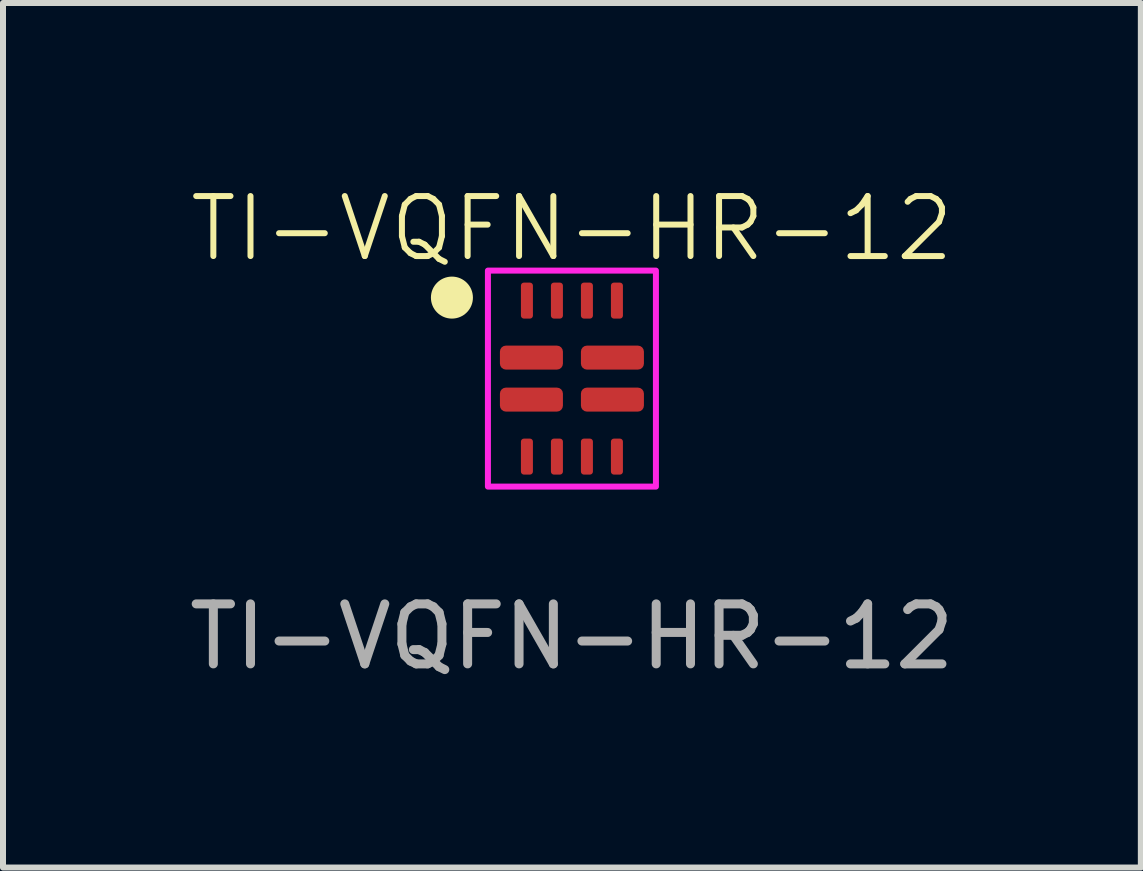
<source format=kicad_pcb>
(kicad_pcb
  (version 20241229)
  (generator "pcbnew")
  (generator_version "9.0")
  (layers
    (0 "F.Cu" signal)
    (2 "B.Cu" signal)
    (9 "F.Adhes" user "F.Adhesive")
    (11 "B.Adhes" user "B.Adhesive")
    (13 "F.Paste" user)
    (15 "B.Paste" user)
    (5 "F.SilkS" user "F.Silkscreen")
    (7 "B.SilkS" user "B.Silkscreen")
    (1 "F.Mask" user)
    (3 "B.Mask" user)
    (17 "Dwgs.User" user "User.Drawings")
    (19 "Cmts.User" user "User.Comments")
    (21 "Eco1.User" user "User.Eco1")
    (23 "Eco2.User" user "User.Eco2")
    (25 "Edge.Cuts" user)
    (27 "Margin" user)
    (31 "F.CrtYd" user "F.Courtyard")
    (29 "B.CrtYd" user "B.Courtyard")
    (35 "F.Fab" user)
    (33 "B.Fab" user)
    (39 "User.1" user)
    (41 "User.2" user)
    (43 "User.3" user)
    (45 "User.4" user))
  (footprint "TI-VQFN-HR-12"
    (layer "F.Cu")
    (at 6.482 3.26)
    (property "Reference" "TI-VQFN-HR-12" (at 0 -2.5 0) (unlocked yes) (layer "F.SilkS") (effects (font (size 1 1) (thickness 0.1))))
    (attr smd)
    (fp_circle (center -2 -1.35) (end -1.7 -1.35) (stroke (width 0.1) (type solid)) (fill yes) (layer "F.SilkS"))
    (fp_rect (start -1.4 -1.8) (end 1.4 1.8) (stroke (width 0.1) (type default)) (fill no) (layer "F.CrtYd"))
    (fp_text user "${REFERENCE}" (at 0 4.3 0) (unlocked yes) (layer "F.Fab") (effects (font (size 1 1) (thickness 0.15))))
    (pad "1" smd roundrect (at -0.675 -0.35) (size 1.05 0.4) (layers "F.Cu" "F.Mask" "F.Paste") (roundrect_rratio 0.25))
    (pad "2" smd roundrect (at -0.675 0.35) (size 1.05 0.4) (layers "F.Cu" "F.Mask" "F.Paste") (roundrect_rratio 0.25))
    (pad "3" smd roundrect (at -0.75 1.3) (size 0.2 0.6) (layers "F.Cu" "F.Mask" "F.Paste") (roundrect_rratio 0.25))
    (pad "4" smd roundrect (at -0.25 1.3) (size 0.2 0.6) (layers "F.Cu" "F.Mask" "F.Paste") (roundrect_rratio 0.25))
    (pad "5" smd roundrect (at 0.25 1.3) (size 0.2 0.6) (layers "F.Cu" "F.Mask" "F.Paste") (roundrect_rratio 0.25))
    (pad "6" smd roundrect (at 0.75 1.3) (size 0.2 0.6) (layers "F.Cu" "F.Mask" "F.Paste") (roundrect_rratio 0.25))
    (pad "7" smd roundrect (at 0.675 0.35) (size 1.05 0.4) (layers "F.Cu" "F.Mask" "F.Paste") (roundrect_rratio 0.25))
    (pad "8" smd roundrect (at 0.675 -0.35) (size 1.05 0.4) (layers "F.Cu" "F.Mask" "F.Paste") (roundrect_rratio 0.25))
    (pad "9" smd roundrect (at 0.75 -1.3) (size 0.2 0.6) (layers "F.Cu" "F.Mask" "F.Paste") (roundrect_rratio 0.25))
    (pad "10" smd roundrect (at 0.25 -1.3) (size 0.2 0.6) (layers "F.Cu" "F.Mask" "F.Paste") (roundrect_rratio 0.25))
    (pad "11" smd roundrect (at -0.25 -1.3) (size 0.2 0.6) (layers "F.Cu" "F.Mask" "F.Paste") (roundrect_rratio 0.25))
    (pad "12" smd roundrect (at -0.75 -1.3) (size 0.2 0.6) (layers "F.Cu" "F.Mask" "F.Paste") (roundrect_rratio 0.25)))
  (gr_rect
    (start -3 -3)
    (end 15.964 11.409)
    (stroke (width 0.1) (type default))
    (fill no)
    (layer "Edge.Cuts")))
</source>
